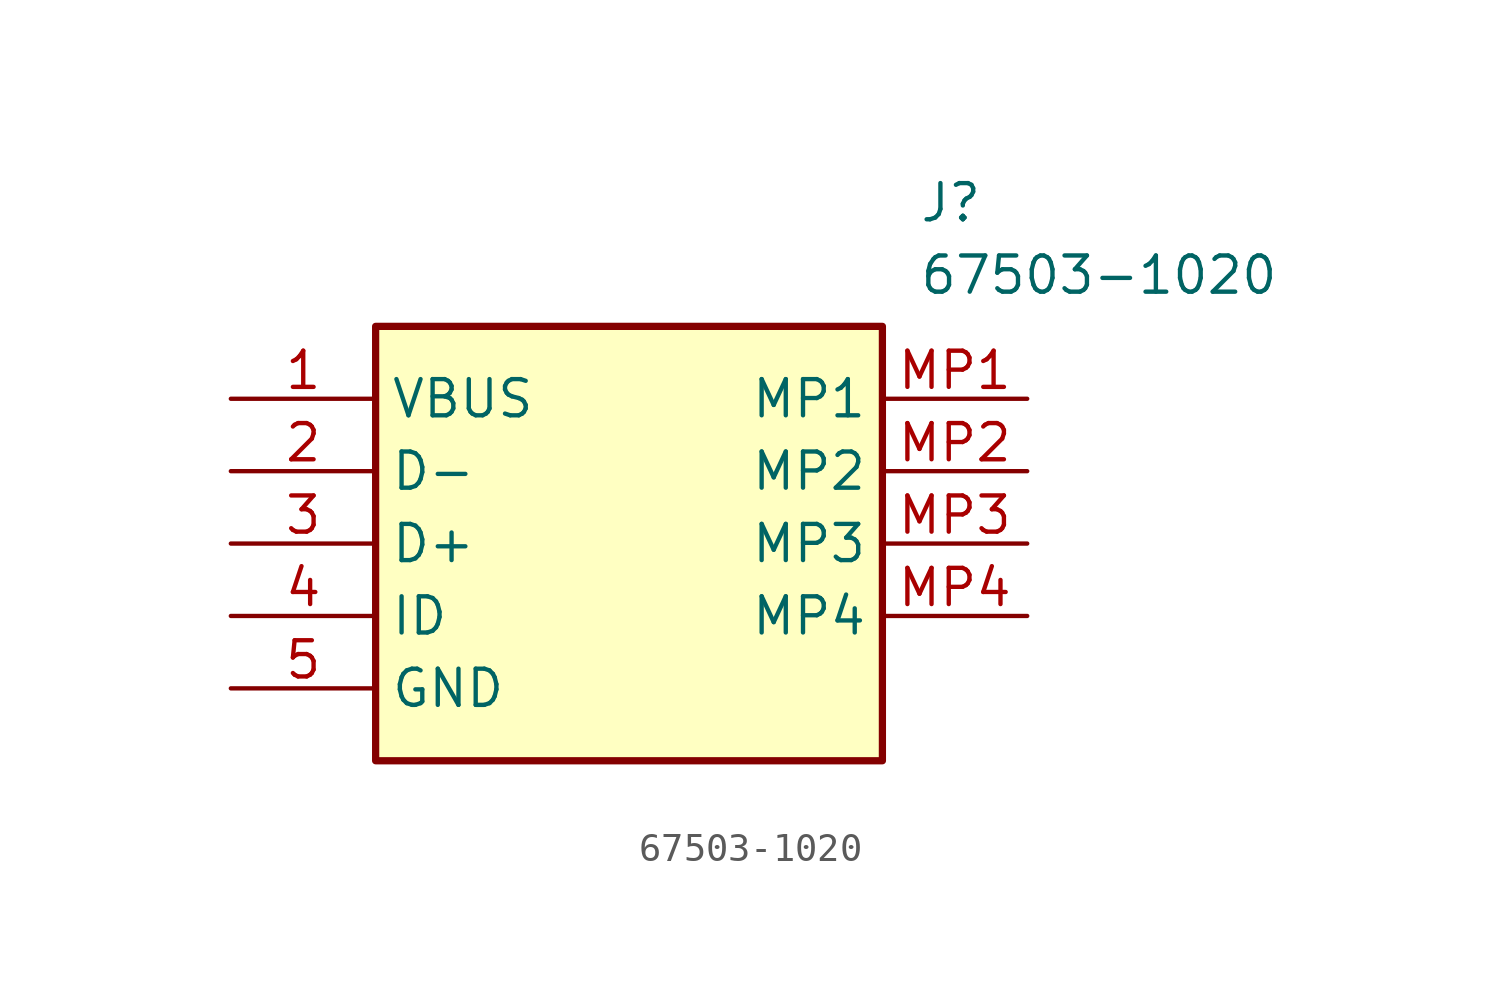
<source format=kicad_sym>
(kicad_symbol_lib
  (version 20211014)
  (generator SamacSys_ECAD_Model)
  (symbol "67503-1020"
    (property "Reference" "J"
      (at 24.13 7.62 0)
      (effects (font (size 1.27 1.27)) (justify left top)))
    (property "Value" "67503-1020"
      (at 24.13 5.08 0)
      (effects (font (size 1.27 1.27)) (justify left top)))
    (rectangle
      (start 5.08 2.54)
      (end 22.86 -12.7)
      (stroke (width 0.254) (type default))
      (fill (type background)))
    (pin passive line
      (at 0 0 0)
      (length 5.08)
      (name "VBUS" (effects (font (size 1.27 1.27))))
      (number "1" (effects (font (size 1.27 1.27)))))
    (pin passive line
      (at 0 -2.54 0)
      (length 5.08)
      (name "D-" (effects (font (size 1.27 1.27))))
      (number "2" (effects (font (size 1.27 1.27)))))
    (pin passive line
      (at 0 -5.08 0)
      (length 5.08)
      (name "D+" (effects (font (size 1.27 1.27))))
      (number "3" (effects (font (size 1.27 1.27)))))
    (pin passive line
      (at 0 -7.62 0)
      (length 5.08)
      (name "ID" (effects (font (size 1.27 1.27))))
      (number "4" (effects (font (size 1.27 1.27)))))
    (pin passive line
      (at 0 -10.16 0)
      (length 5.08)
      (name "GND" (effects (font (size 1.27 1.27))))
      (number "5" (effects (font (size 1.27 1.27)))))
    (pin passive line
      (at 27.94 0 180)
      (length 5.08)
      (name "MP1" (effects (font (size 1.27 1.27))))
      (number "MP1" (effects (font (size 1.27 1.27)))))
    (pin passive line
      (at 27.94 -2.54 180)
      (length 5.08)
      (name "MP2" (effects (font (size 1.27 1.27))))
      (number "MP2" (effects (font (size 1.27 1.27)))))
    (pin passive line
      (at 27.94 -5.08 180)
      (length 5.08)
      (name "MP3" (effects (font (size 1.27 1.27))))
      (number "MP3" (effects (font (size 1.27 1.27)))))
    (pin passive line
      (at 27.94 -7.62 180)
      (length 5.08)
      (name "MP4" (effects (font (size 1.27 1.27))))
      (number "MP4" (effects (font (size 1.27 1.27)))))))
</source>
